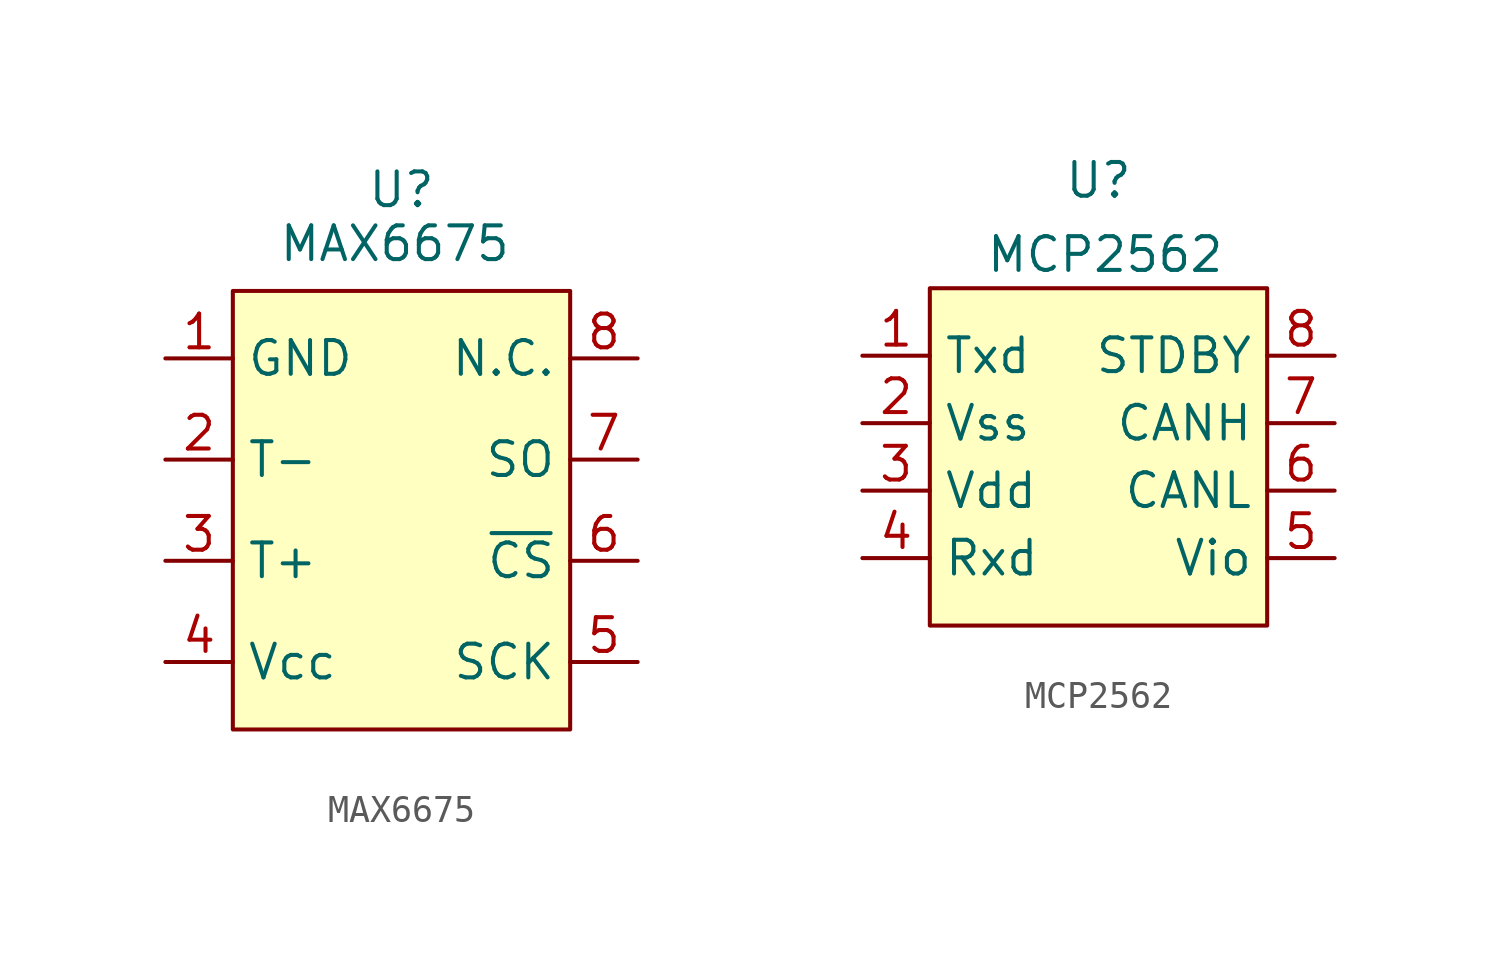
<source format=kicad_sym>
(kicad_symbol_lib
  (version 20241209)
  (generator "kicad_symbol_editor")
  (generator_version "9.0")
  (symbol "MAX6675"
    (property "Reference" "U"
      (at 0 0 0)
      (effects (font (size 1.27 1.27))))
    (property "Value" "MAX6675"
      (at -0.254 -2.032 0)
      (effects (font (size 1.27 1.27))))
    (symbol "MAX6675_0_1"
      (rectangle (start -6.35 -3.81) (end 6.35 -20.32) (stroke (width 0) (type default)) (fill (type background))))
    (symbol "MAX6675_1_1"
      (pin input line (at -8.89 -6.35 0) (length 2.54) (name "GND" (effects (font (size 1.27 1.27)))) (number "1" (effects (font (size 1.27 1.27)))))
      (pin input line (at -8.89 -10.16 0) (length 2.54) (name "T-" (effects (font (size 1.27 1.27)))) (number "2" (effects (font (size 1.27 1.27)))))
      (pin input line (at -8.89 -13.97 0) (length 2.54) (name "T+" (effects (font (size 1.27 1.27)))) (number "3" (effects (font (size 1.27 1.27)))))
      (pin input line (at -8.89 -17.78 0) (length 2.54) (name "Vcc" (effects (font (size 1.27 1.27)))) (number "4" (effects (font (size 1.27 1.27)))))
      (pin input line (at 8.89 -6.35 180) (length 2.54) (name "N.C." (effects (font (size 1.27 1.27)))) (number "8" (effects (font (size 1.27 1.27)))))
      (pin input line (at 8.89 -10.16 180) (length 2.54) (name "SO" (effects (font (size 1.27 1.27)))) (number "7" (effects (font (size 1.27 1.27)))))
      (pin input line (at 8.89 -13.97 180) (length 2.54) (name "~{CS}" (effects (font (size 1.27 1.27)))) (number "6" (effects (font (size 1.27 1.27)))))
      (pin input line (at 8.89 -17.78 180) (length 2.54) (name "SCK" (effects (font (size 1.27 1.27)))) (number "5" (effects (font (size 1.27 1.27)))))))
  (symbol "MCP2562"
    (property "Reference" "U"
      (at 0 5.334 0)
      (effects (font (size 1.27 1.27))))
    (property "Value" "MCP2562"
      (at 0.254 2.54 0)
      (effects (font (size 1.27 1.27))))
    (symbol "MCP2562_1_1"
      (rectangle (start -6.35 1.27) (end 6.35 -11.43) (stroke (width 0) (type solid)) (fill (type background)))
      (pin input line (at -8.89 -1.27 0) (length 2.54) (name "Txd" (effects (font (size 1.27 1.27)))) (number "1" (effects (font (size 1.27 1.27)))))
      (pin power_in line (at -8.89 -3.81 0) (length 2.54) (name "Vss" (effects (font (size 1.27 1.27)))) (number "2" (effects (font (size 1.27 1.27)))))
      (pin power_in line (at -8.89 -6.35 0) (length 2.54) (name "Vdd" (effects (font (size 1.27 1.27)))) (number "3" (effects (font (size 1.27 1.27)))))
      (pin input line (at -8.89 -8.89 0) (length 2.54) (name "Rxd" (effects (font (size 1.27 1.27)))) (number "4" (effects (font (size 1.27 1.27)))))
      (pin input line (at 8.89 -1.27 180) (length 2.54) (name "STDBY" (effects (font (size 1.27 1.27)))) (number "8" (effects (font (size 1.27 1.27)))))
      (pin input line (at 8.89 -3.81 180) (length 2.54) (name "CANH" (effects (font (size 1.27 1.27)))) (number "7" (effects (font (size 1.27 1.27)))))
      (pin input line (at 8.89 -6.35 180) (length 2.54) (name "CANL" (effects (font (size 1.27 1.27)))) (number "6" (effects (font (size 1.27 1.27)))))
      (pin input line (at 8.89 -8.89 180) (length 2.54) (name "Vio" (effects (font (size 1.27 1.27)))) (number "5" (effects (font (size 1.27 1.27))))))))
</source>
